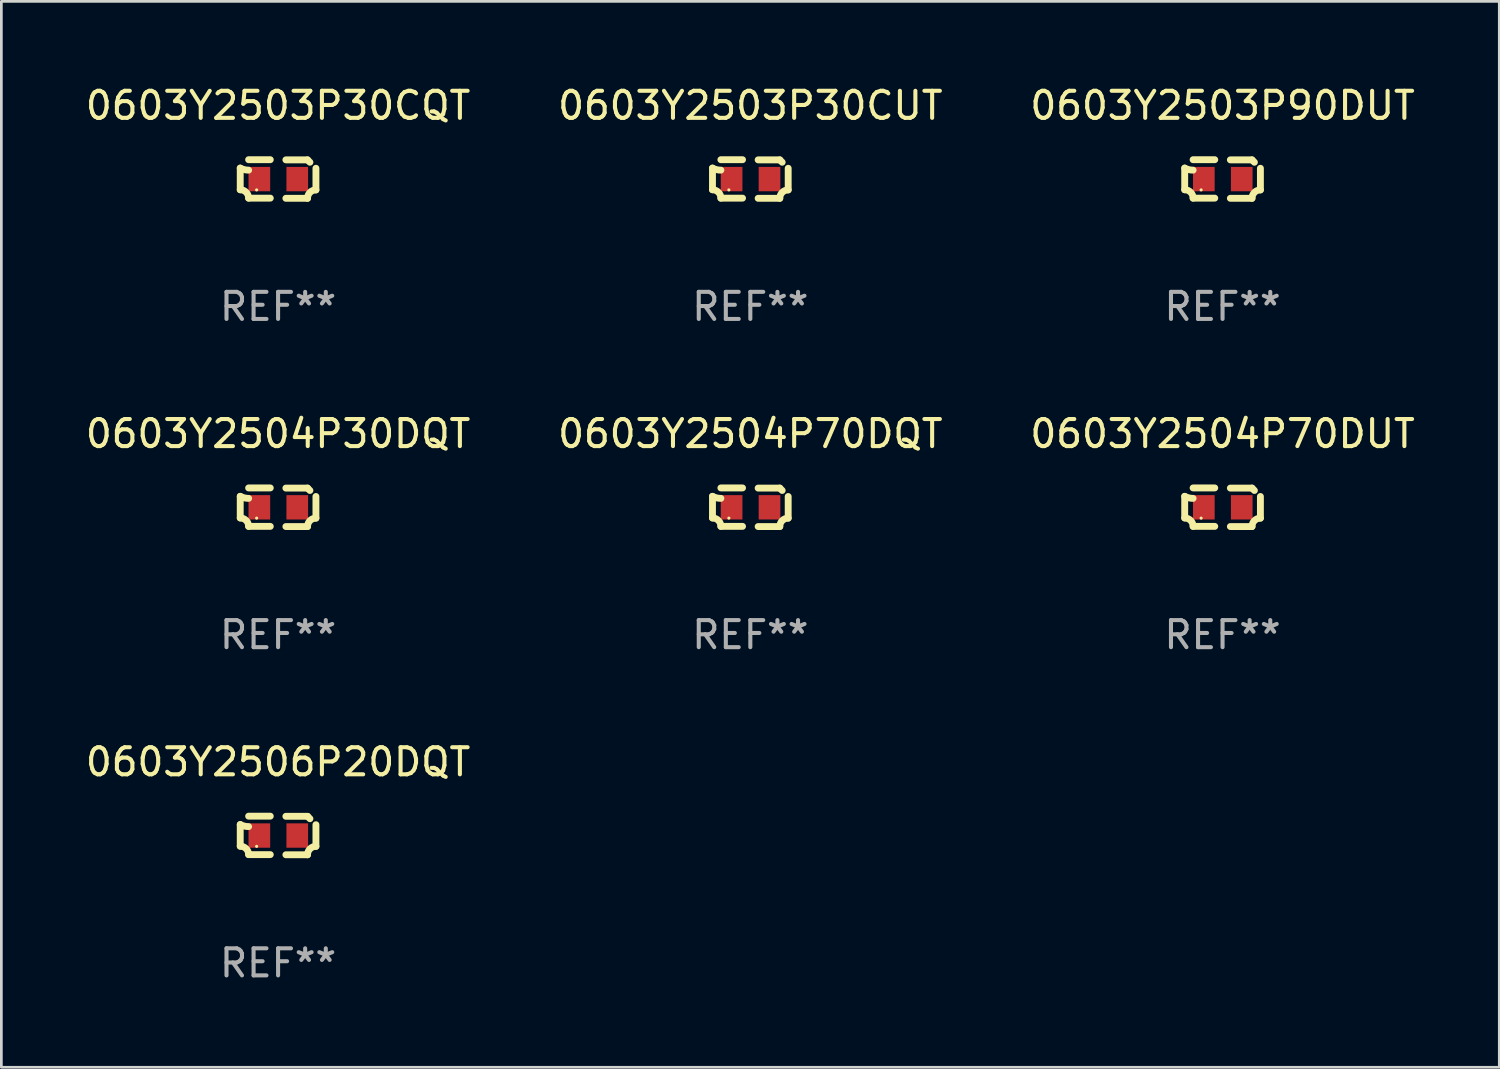
<source format=kicad_pcb>
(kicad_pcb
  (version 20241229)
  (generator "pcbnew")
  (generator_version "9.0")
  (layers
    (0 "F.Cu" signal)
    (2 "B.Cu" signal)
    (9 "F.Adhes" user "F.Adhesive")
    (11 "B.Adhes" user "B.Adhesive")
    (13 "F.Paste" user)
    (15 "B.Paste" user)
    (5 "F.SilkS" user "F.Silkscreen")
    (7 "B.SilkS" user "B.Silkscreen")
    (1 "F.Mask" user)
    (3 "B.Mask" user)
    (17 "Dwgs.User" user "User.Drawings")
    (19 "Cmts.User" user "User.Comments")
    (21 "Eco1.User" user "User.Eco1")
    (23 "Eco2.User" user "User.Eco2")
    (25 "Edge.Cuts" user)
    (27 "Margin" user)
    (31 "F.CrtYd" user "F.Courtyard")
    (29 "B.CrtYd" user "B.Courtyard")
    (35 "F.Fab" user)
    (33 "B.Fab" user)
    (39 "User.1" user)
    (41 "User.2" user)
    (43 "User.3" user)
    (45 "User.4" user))
  (footprint "0603Y2504P30DQT"
    (layer "F.Cu")
    (at 7.22 15.683)
    (property "Reference" "0603Y2504P30DQT" (at 0 -2.713 0) (layer "F.SilkS") (effects (font (size 1 1) (thickness 0.15))))
    (attr through_hole)
    (fp_line (start -1.398 -0.403) (end -1.398 0.397) (stroke (width 0.254) (type solid)) (layer "F.SilkS"))
    (fp_line (start -0.288 -0.713) (end -1.088 -0.713) (stroke (width 0.254) (type solid)) (layer "F.SilkS"))
    (fp_line (start -0.288 0.707) (end -1.088 0.707) (stroke (width 0.254) (type solid)) (layer "F.SilkS"))
    (fp_line (start 0.288 -0.707) (end 1.088 -0.707) (stroke (width 0.254) (type solid)) (layer "F.SilkS"))
    (fp_line (start 0.288 0.713) (end 1.088 0.713) (stroke (width 0.254) (type solid)) (layer "F.SilkS"))
    (fp_line (start 1.398 -0.397) (end 1.398 0.403) (stroke (width 0.254) (type solid)) (layer "F.SilkS"))
    (fp_arc (start -1.397789 0.397066) (mid -1.178701 0.487826) (end -1.08796 0.706922) (stroke (width 0.254001) (type solid)) (layer "F.SilkS"))
    (fp_arc (start -1.08796 -0.327176) (mid -1.247436 -0.346384) (end -1.39779 -0.402908) (stroke (width 0.254001) (type solid)) (layer "F.SilkS"))
    (fp_arc (start 1.087909 0.712738) (mid 1.178656 0.493655) (end 1.397739 0.402908) (stroke (width 0.254001) (type solid)) (layer "F.SilkS"))
    (fp_arc (start 1.175925 -0.618926) (mid 1.131917 -0.662923) (end 1.08791 -0.706922) (stroke (width 0.254001) (type solid)) (layer "F.SilkS"))
    (fp_circle (center -0.792 0.403) (end -0.762 0.403) (stroke (width 0.06) (type solid)) (fill no) (layer "F.SilkS"))
    (fp_text user "REF**" (at 0 4.713 0) (layer "F.Fab") (effects (font (size 1 1) (thickness 0.15))))
    (pad "1" smd rect (at -0.692 0.003) (size 0.8 0.9) (layers "F.Cu" "F.Mask" "F.Paste"))
    (pad "2" smd rect (at 0.708 0.003) (size 0.8 0.9) (layers "F.Cu" "F.Mask" "F.Paste")))
  (footprint "0603Y2504P70DUT"
    (layer "F.Cu")
    (at 42.101 15.683)
    (property "Reference" "0603Y2504P70DUT" (at 0 -2.713 0) (layer "F.SilkS") (effects (font (size 1 1) (thickness 0.15))))
    (attr through_hole)
    (fp_line (start -1.398 -0.403) (end -1.398 0.397) (stroke (width 0.254) (type solid)) (layer "F.SilkS"))
    (fp_line (start -0.288 -0.713) (end -1.088 -0.713) (stroke (width 0.254) (type solid)) (layer "F.SilkS"))
    (fp_line (start -0.288 0.707) (end -1.088 0.707) (stroke (width 0.254) (type solid)) (layer "F.SilkS"))
    (fp_line (start 0.288 -0.707) (end 1.088 -0.707) (stroke (width 0.254) (type solid)) (layer "F.SilkS"))
    (fp_line (start 0.288 0.713) (end 1.088 0.713) (stroke (width 0.254) (type solid)) (layer "F.SilkS"))
    (fp_line (start 1.398 -0.397) (end 1.398 0.403) (stroke (width 0.254) (type solid)) (layer "F.SilkS"))
    (fp_arc (start -1.397789 0.397066) (mid -1.178701 0.487826) (end -1.08796 0.706922) (stroke (width 0.254001) (type solid)) (layer "F.SilkS"))
    (fp_arc (start -1.08796 -0.327176) (mid -1.247436 -0.346384) (end -1.39779 -0.402908) (stroke (width 0.254001) (type solid)) (layer "F.SilkS"))
    (fp_arc (start 1.087909 0.712738) (mid 1.178656 0.493655) (end 1.397739 0.402908) (stroke (width 0.254001) (type solid)) (layer "F.SilkS"))
    (fp_arc (start 1.175925 -0.618926) (mid 1.131917 -0.662923) (end 1.08791 -0.706922) (stroke (width 0.254001) (type solid)) (layer "F.SilkS"))
    (fp_circle (center -0.792 0.403) (end -0.762 0.403) (stroke (width 0.06) (type solid)) (fill no) (layer "F.SilkS"))
    (fp_text user "REF**" (at 0 4.713 0) (layer "F.Fab") (effects (font (size 1 1) (thickness 0.15))))
    (pad "1" smd rect (at -0.692 0.003) (size 0.8 0.9) (layers "F.Cu" "F.Mask" "F.Paste"))
    (pad "2" smd rect (at 0.708 0.003) (size 0.8 0.9) (layers "F.Cu" "F.Mask" "F.Paste")))
  (footprint "0603Y2503P30CUT"
    (layer "F.Cu")
    (at 24.661 3.561)
    (property "Reference" "0603Y2503P30CUT" (at 0 -2.713 0) (layer "F.SilkS") (effects (font (size 1 1) (thickness 0.15))))
    (attr through_hole)
    (fp_line (start -1.398 -0.403) (end -1.398 0.397) (stroke (width 0.254) (type solid)) (layer "F.SilkS"))
    (fp_line (start -0.288 -0.713) (end -1.088 -0.713) (stroke (width 0.254) (type solid)) (layer "F.SilkS"))
    (fp_line (start -0.288 0.707) (end -1.088 0.707) (stroke (width 0.254) (type solid)) (layer "F.SilkS"))
    (fp_line (start 0.288 -0.707) (end 1.088 -0.707) (stroke (width 0.254) (type solid)) (layer "F.SilkS"))
    (fp_line (start 0.288 0.713) (end 1.088 0.713) (stroke (width 0.254) (type solid)) (layer "F.SilkS"))
    (fp_line (start 1.398 -0.397) (end 1.398 0.403) (stroke (width 0.254) (type solid)) (layer "F.SilkS"))
    (fp_arc (start -1.397789 0.397066) (mid -1.178701 0.487826) (end -1.08796 0.706922) (stroke (width 0.254001) (type solid)) (layer "F.SilkS"))
    (fp_arc (start -1.08796 -0.327176) (mid -1.247436 -0.346384) (end -1.39779 -0.402908) (stroke (width 0.254001) (type solid)) (layer "F.SilkS"))
    (fp_arc (start 1.087909 0.712738) (mid 1.178656 0.493655) (end 1.397739 0.402908) (stroke (width 0.254001) (type solid)) (layer "F.SilkS"))
    (fp_arc (start 1.175925 -0.618926) (mid 1.131917 -0.662923) (end 1.08791 -0.706922) (stroke (width 0.254001) (type solid)) (layer "F.SilkS"))
    (fp_circle (center -0.792 0.403) (end -0.762 0.403) (stroke (width 0.06) (type solid)) (fill no) (layer "F.SilkS"))
    (fp_text user "REF**" (at 0 4.713 0) (layer "F.Fab") (effects (font (size 1 1) (thickness 0.15))))
    (pad "1" smd rect (at -0.692 0.003) (size 0.8 0.9) (layers "F.Cu" "F.Mask" "F.Paste"))
    (pad "2" smd rect (at 0.708 0.003) (size 0.8 0.9) (layers "F.Cu" "F.Mask" "F.Paste")))
  (footprint "0603Y2503P90DUT"
    (layer "F.Cu")
    (at 42.101 3.561)
    (property "Reference" "0603Y2503P90DUT" (at 0 -2.713 0) (layer "F.SilkS") (effects (font (size 1 1) (thickness 0.15))))
    (attr through_hole)
    (fp_line (start -1.398 -0.403) (end -1.398 0.397) (stroke (width 0.254) (type solid)) (layer "F.SilkS"))
    (fp_line (start -0.288 -0.713) (end -1.088 -0.713) (stroke (width 0.254) (type solid)) (layer "F.SilkS"))
    (fp_line (start -0.288 0.707) (end -1.088 0.707) (stroke (width 0.254) (type solid)) (layer "F.SilkS"))
    (fp_line (start 0.288 -0.707) (end 1.088 -0.707) (stroke (width 0.254) (type solid)) (layer "F.SilkS"))
    (fp_line (start 0.288 0.713) (end 1.088 0.713) (stroke (width 0.254) (type solid)) (layer "F.SilkS"))
    (fp_line (start 1.398 -0.397) (end 1.398 0.403) (stroke (width 0.254) (type solid)) (layer "F.SilkS"))
    (fp_arc (start -1.397789 0.397066) (mid -1.178701 0.487826) (end -1.08796 0.706922) (stroke (width 0.254001) (type solid)) (layer "F.SilkS"))
    (fp_arc (start -1.08796 -0.327176) (mid -1.247436 -0.346384) (end -1.39779 -0.402908) (stroke (width 0.254001) (type solid)) (layer "F.SilkS"))
    (fp_arc (start 1.087909 0.712738) (mid 1.178656 0.493655) (end 1.397739 0.402908) (stroke (width 0.254001) (type solid)) (layer "F.SilkS"))
    (fp_arc (start 1.175925 -0.618926) (mid 1.131917 -0.662923) (end 1.08791 -0.706922) (stroke (width 0.254001) (type solid)) (layer "F.SilkS"))
    (fp_circle (center -0.792 0.403) (end -0.762 0.403) (stroke (width 0.06) (type solid)) (fill no) (layer "F.SilkS"))
    (fp_text user "REF**" (at 0 4.713 0) (layer "F.Fab") (effects (font (size 1 1) (thickness 0.15))))
    (pad "1" smd rect (at -0.692 0.003) (size 0.8 0.9) (layers "F.Cu" "F.Mask" "F.Paste"))
    (pad "2" smd rect (at 0.708 0.003) (size 0.8 0.9) (layers "F.Cu" "F.Mask" "F.Paste")))
  (footprint "0603Y2506P20DQT"
    (layer "F.Cu")
    (at 7.22 27.805)
    (property "Reference" "0603Y2506P20DQT" (at 0 -2.713 0) (layer "F.SilkS") (effects (font (size 1 1) (thickness 0.15))))
    (attr through_hole)
    (fp_line (start -1.398 -0.403) (end -1.398 0.397) (stroke (width 0.254) (type solid)) (layer "F.SilkS"))
    (fp_line (start -0.288 -0.713) (end -1.088 -0.713) (stroke (width 0.254) (type solid)) (layer "F.SilkS"))
    (fp_line (start -0.288 0.707) (end -1.088 0.707) (stroke (width 0.254) (type solid)) (layer "F.SilkS"))
    (fp_line (start 0.288 -0.707) (end 1.088 -0.707) (stroke (width 0.254) (type solid)) (layer "F.SilkS"))
    (fp_line (start 0.288 0.713) (end 1.088 0.713) (stroke (width 0.254) (type solid)) (layer "F.SilkS"))
    (fp_line (start 1.398 -0.397) (end 1.398 0.403) (stroke (width 0.254) (type solid)) (layer "F.SilkS"))
    (fp_arc (start -1.397789 0.397066) (mid -1.178701 0.487826) (end -1.08796 0.706922) (stroke (width 0.254001) (type solid)) (layer "F.SilkS"))
    (fp_arc (start -1.08796 -0.327176) (mid -1.247436 -0.346384) (end -1.39779 -0.402908) (stroke (width 0.254001) (type solid)) (layer "F.SilkS"))
    (fp_arc (start 1.087909 0.712738) (mid 1.178656 0.493655) (end 1.397739 0.402908) (stroke (width 0.254001) (type solid)) (layer "F.SilkS"))
    (fp_arc (start 1.175925 -0.618926) (mid 1.131917 -0.662923) (end 1.08791 -0.706922) (stroke (width 0.254001) (type solid)) (layer "F.SilkS"))
    (fp_circle (center -0.792 0.403) (end -0.762 0.403) (stroke (width 0.06) (type solid)) (fill no) (layer "F.SilkS"))
    (fp_text user "REF**" (at 0 4.713 0) (layer "F.Fab") (effects (font (size 1 1) (thickness 0.15))))
    (pad "1" smd rect (at -0.692 0.003) (size 0.8 0.9) (layers "F.Cu" "F.Mask" "F.Paste"))
    (pad "2" smd rect (at 0.708 0.003) (size 0.8 0.9) (layers "F.Cu" "F.Mask" "F.Paste")))
  (footprint "0603Y2504P70DQT"
    (layer "F.Cu")
    (at 24.661 15.683)
    (property "Reference" "0603Y2504P70DQT" (at 0 -2.713 0) (layer "F.SilkS") (effects (font (size 1 1) (thickness 0.15))))
    (attr through_hole)
    (fp_line (start -1.398 -0.403) (end -1.398 0.397) (stroke (width 0.254) (type solid)) (layer "F.SilkS"))
    (fp_line (start -0.288 -0.713) (end -1.088 -0.713) (stroke (width 0.254) (type solid)) (layer "F.SilkS"))
    (fp_line (start -0.288 0.707) (end -1.088 0.707) (stroke (width 0.254) (type solid)) (layer "F.SilkS"))
    (fp_line (start 0.288 -0.707) (end 1.088 -0.707) (stroke (width 0.254) (type solid)) (layer "F.SilkS"))
    (fp_line (start 0.288 0.713) (end 1.088 0.713) (stroke (width 0.254) (type solid)) (layer "F.SilkS"))
    (fp_line (start 1.398 -0.397) (end 1.398 0.403) (stroke (width 0.254) (type solid)) (layer "F.SilkS"))
    (fp_arc (start -1.397789 0.397066) (mid -1.178701 0.487826) (end -1.08796 0.706922) (stroke (width 0.254001) (type solid)) (layer "F.SilkS"))
    (fp_arc (start -1.08796 -0.327176) (mid -1.247436 -0.346384) (end -1.39779 -0.402908) (stroke (width 0.254001) (type solid)) (layer "F.SilkS"))
    (fp_arc (start 1.087909 0.712738) (mid 1.178656 0.493655) (end 1.397739 0.402908) (stroke (width 0.254001) (type solid)) (layer "F.SilkS"))
    (fp_arc (start 1.175925 -0.618926) (mid 1.131917 -0.662923) (end 1.08791 -0.706922) (stroke (width 0.254001) (type solid)) (layer "F.SilkS"))
    (fp_circle (center -0.792 0.403) (end -0.762 0.403) (stroke (width 0.06) (type solid)) (fill no) (layer "F.SilkS"))
    (fp_text user "REF**" (at 0 4.713 0) (layer "F.Fab") (effects (font (size 1 1) (thickness 0.15))))
    (pad "1" smd rect (at -0.692 0.003) (size 0.8 0.9) (layers "F.Cu" "F.Mask" "F.Paste"))
    (pad "2" smd rect (at 0.708 0.003) (size 0.8 0.9) (layers "F.Cu" "F.Mask" "F.Paste")))
  (footprint "0603Y2503P30CQT"
    (layer "F.Cu")
    (at 7.22 3.561)
    (property "Reference" "0603Y2503P30CQT" (at 0 -2.713 0) (layer "F.SilkS") (effects (font (size 1 1) (thickness 0.15))))
    (attr through_hole)
    (fp_line (start -1.398 -0.403) (end -1.398 0.397) (stroke (width 0.254) (type solid)) (layer "F.SilkS"))
    (fp_line (start -0.288 -0.713) (end -1.088 -0.713) (stroke (width 0.254) (type solid)) (layer "F.SilkS"))
    (fp_line (start -0.288 0.707) (end -1.088 0.707) (stroke (width 0.254) (type solid)) (layer "F.SilkS"))
    (fp_line (start 0.288 -0.707) (end 1.088 -0.707) (stroke (width 0.254) (type solid)) (layer "F.SilkS"))
    (fp_line (start 0.288 0.713) (end 1.088 0.713) (stroke (width 0.254) (type solid)) (layer "F.SilkS"))
    (fp_line (start 1.398 -0.397) (end 1.398 0.403) (stroke (width 0.254) (type solid)) (layer "F.SilkS"))
    (fp_arc (start -1.397789 0.397066) (mid -1.178701 0.487826) (end -1.08796 0.706922) (stroke (width 0.254001) (type solid)) (layer "F.SilkS"))
    (fp_arc (start -1.08796 -0.327176) (mid -1.247436 -0.346384) (end -1.39779 -0.402908) (stroke (width 0.254001) (type solid)) (layer "F.SilkS"))
    (fp_arc (start 1.087909 0.712738) (mid 1.178656 0.493655) (end 1.397739 0.402908) (stroke (width 0.254001) (type solid)) (layer "F.SilkS"))
    (fp_arc (start 1.175925 -0.618926) (mid 1.131917 -0.662923) (end 1.08791 -0.706922) (stroke (width 0.254001) (type solid)) (layer "F.SilkS"))
    (fp_circle (center -0.792 0.403) (end -0.762 0.403) (stroke (width 0.06) (type solid)) (fill no) (layer "F.SilkS"))
    (fp_text user "REF**" (at 0 4.713 0) (layer "F.Fab") (effects (font (size 1 1) (thickness 0.15))))
    (pad "1" smd rect (at -0.692 0.003) (size 0.8 0.9) (layers "F.Cu" "F.Mask" "F.Paste"))
    (pad "2" smd rect (at 0.708 0.003) (size 0.8 0.9) (layers "F.Cu" "F.Mask" "F.Paste")))
  (gr_rect
    (start -3 -3)
    (end 52.321 36.366)
    (stroke (width 0.1) (type default))
    (fill no)
    (layer "Edge.Cuts")))
</source>
